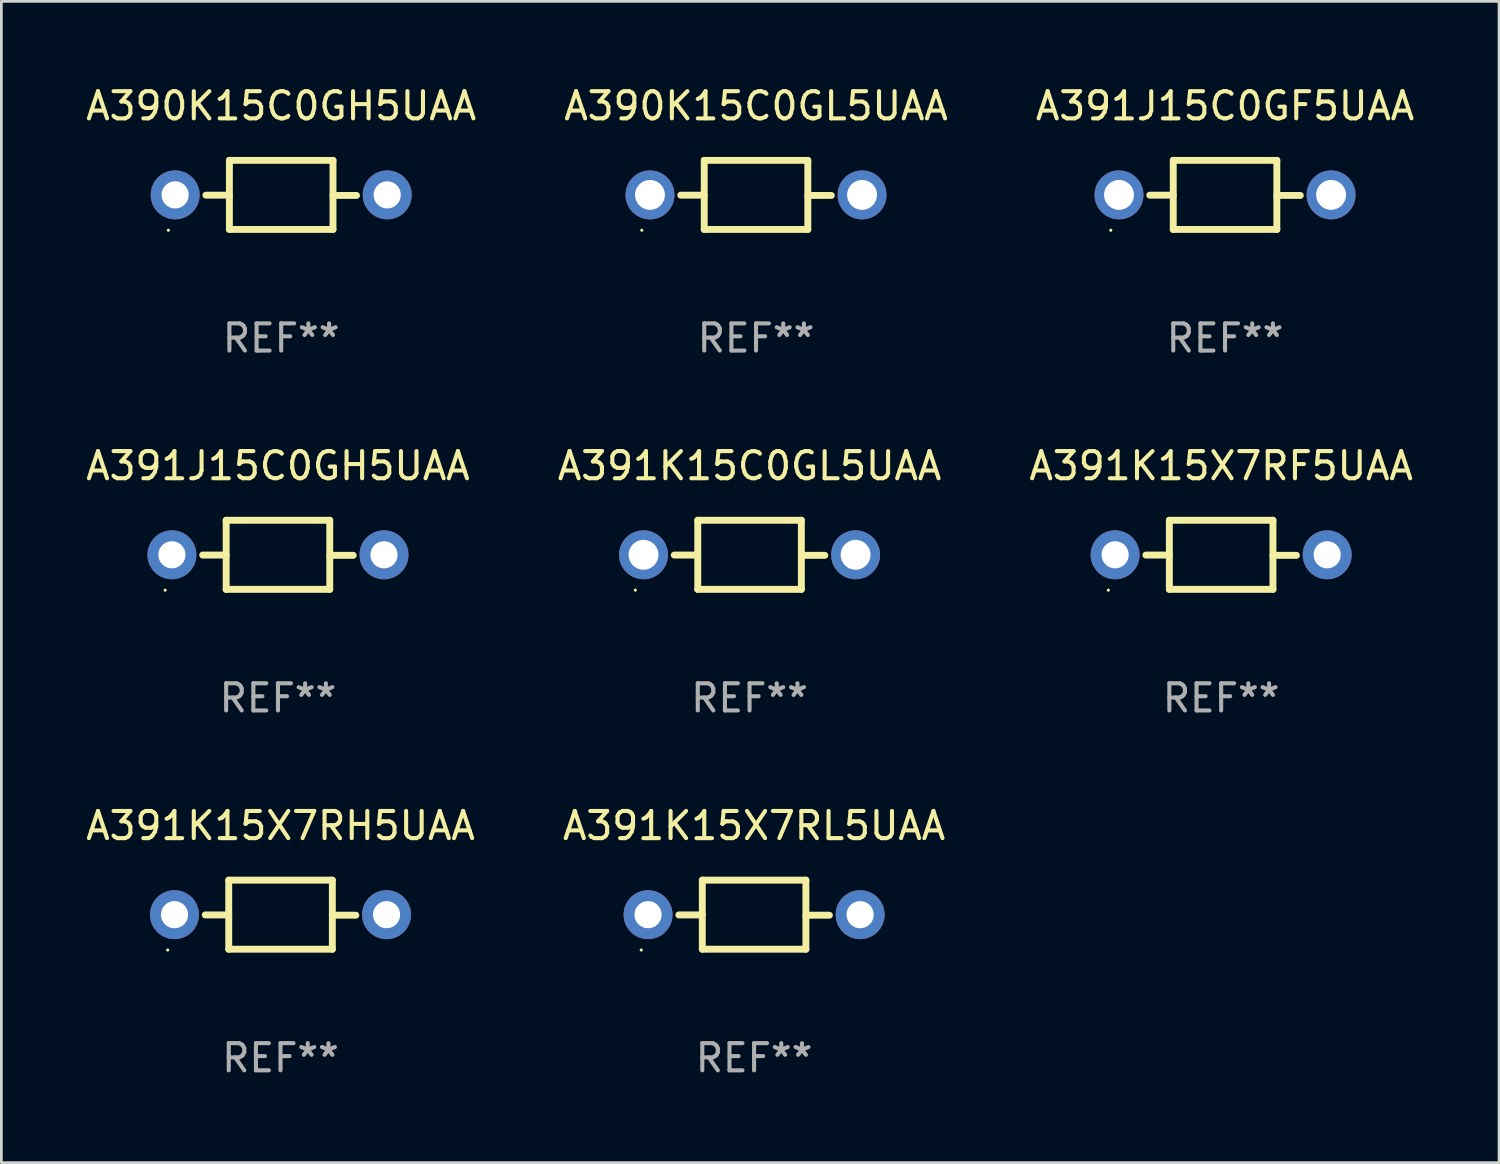
<source format=kicad_pcb>
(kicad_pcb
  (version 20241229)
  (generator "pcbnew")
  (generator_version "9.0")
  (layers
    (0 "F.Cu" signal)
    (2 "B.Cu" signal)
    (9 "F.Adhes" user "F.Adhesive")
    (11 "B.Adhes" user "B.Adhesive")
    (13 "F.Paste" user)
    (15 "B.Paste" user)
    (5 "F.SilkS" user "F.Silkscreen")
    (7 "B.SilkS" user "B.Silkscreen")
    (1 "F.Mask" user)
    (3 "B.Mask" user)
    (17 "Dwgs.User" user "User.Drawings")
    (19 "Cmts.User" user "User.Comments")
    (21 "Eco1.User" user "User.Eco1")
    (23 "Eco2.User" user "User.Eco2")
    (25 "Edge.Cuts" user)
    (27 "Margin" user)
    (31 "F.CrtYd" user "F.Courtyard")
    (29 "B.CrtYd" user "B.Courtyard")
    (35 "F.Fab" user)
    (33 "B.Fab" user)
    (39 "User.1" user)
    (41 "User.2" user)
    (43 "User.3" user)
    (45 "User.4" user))
  (footprint "A390K15C0GH5UAA"
    (layer "F.Cu")
    (at 7.292 4.118)
    (property "Reference" "A390K15C0GH5UAA" (at 0 -3.27 0) (layer "F.SilkS") (effects (font (size 1 1) (thickness 0.15))))
    (attr through_hole)
    (fp_line (start -1.905 -1.27) (end -1.905 1.27) (stroke (width 0.254) (type solid)) (layer "F.SilkS"))
    (fp_line (start -1.905 0.01) (end -2.769 0.01) (stroke (width 0.254) (type solid)) (layer "F.SilkS"))
    (fp_line (start -1.905 1.27) (end 1.905 1.27) (stroke (width 0.254) (type solid)) (layer "F.SilkS"))
    (fp_line (start 1.905 -1.27) (end -1.905 -1.27) (stroke (width 0.254) (type solid)) (layer "F.SilkS"))
    (fp_line (start 1.905 0.02) (end 2.769 0.02) (stroke (width 0.254) (type solid)) (layer "F.SilkS"))
    (fp_line (start 1.905 1.27) (end 1.905 -1.27) (stroke (width 0.254) (type solid)) (layer "F.SilkS"))
    (fp_circle (center -4.15 1.3) (end -4.12 1.3) (stroke (width 0.06) (type solid)) (fill no) (layer "F.SilkS"))
    (fp_text user "REF**" (at 0 5.27 0) (layer "F.Fab") (effects (font (size 1 1) (thickness 0.15))))
    (pad "1" thru_hole circle (at -3.9 0) (size 1.8 1.8) (drill 1) (layers "*.Cu" "*.Mask"))
    (pad "2" thru_hole circle (at 3.9 0) (size 1.8 1.8) (drill 1) (layers "*.Cu" "*.Mask")))
  (footprint "A391K15C0GL5UAA"
    (layer "F.Cu")
    (at 24.518 17.355)
    (property "Reference" "A391K15C0GL5UAA" (at 0 -3.27 0) (layer "F.SilkS") (effects (font (size 1 1) (thickness 0.15))))
    (attr through_hole)
    (fp_line (start -1.905 -1.27) (end -1.905 1.27) (stroke (width 0.254) (type solid)) (layer "F.SilkS"))
    (fp_line (start -1.905 0.01) (end -2.769 0.01) (stroke (width 0.254) (type solid)) (layer "F.SilkS"))
    (fp_line (start -1.905 1.27) (end 1.905 1.27) (stroke (width 0.254) (type solid)) (layer "F.SilkS"))
    (fp_line (start 1.905 -1.27) (end -1.905 -1.27) (stroke (width 0.254) (type solid)) (layer "F.SilkS"))
    (fp_line (start 1.905 0.02) (end 2.769 0.02) (stroke (width 0.254) (type solid)) (layer "F.SilkS"))
    (fp_line (start 1.905 1.27) (end 1.905 -1.27) (stroke (width 0.254) (type solid)) (layer "F.SilkS"))
    (fp_circle (center -4.201 1.3) (end -4.171 1.3) (stroke (width 0.06) (type solid)) (fill no) (layer "F.SilkS"))
    (fp_text user "REF**" (at 0 5.27 0) (layer "F.Fab") (effects (font (size 1 1) (thickness 0.15))))
    (pad "1" thru_hole circle (at -3.9 0) (size 1.8 1.8) (drill 1.1) (layers "*.Cu" "*.Mask"))
    (pad "2" thru_hole circle (at 3.9 0) (size 1.8 1.8) (drill 1.1) (layers "*.Cu" "*.Mask")))
  (footprint "A390K15C0GL5UAA"
    (layer "F.Cu")
    (at 24.756 4.118)
    (property "Reference" "A390K15C0GL5UAA" (at 0 -3.27 0) (layer "F.SilkS") (effects (font (size 1 1) (thickness 0.15))))
    (attr through_hole)
    (fp_line (start -1.905 -1.27) (end -1.905 1.27) (stroke (width 0.254) (type solid)) (layer "F.SilkS"))
    (fp_line (start -1.905 0.01) (end -2.769 0.01) (stroke (width 0.254) (type solid)) (layer "F.SilkS"))
    (fp_line (start -1.905 1.27) (end 1.905 1.27) (stroke (width 0.254) (type solid)) (layer "F.SilkS"))
    (fp_line (start 1.905 -1.27) (end -1.905 -1.27) (stroke (width 0.254) (type solid)) (layer "F.SilkS"))
    (fp_line (start 1.905 0.02) (end 2.769 0.02) (stroke (width 0.254) (type solid)) (layer "F.SilkS"))
    (fp_line (start 1.905 1.27) (end 1.905 -1.27) (stroke (width 0.254) (type solid)) (layer "F.SilkS"))
    (fp_circle (center -4.201 1.3) (end -4.171 1.3) (stroke (width 0.06) (type solid)) (fill no) (layer "F.SilkS"))
    (fp_text user "REF**" (at 0 5.27 0) (layer "F.Fab") (effects (font (size 1 1) (thickness 0.15))))
    (pad "1" thru_hole circle (at -3.9 0) (size 1.8 1.8) (drill 1.1) (layers "*.Cu" "*.Mask"))
    (pad "2" thru_hole circle (at 3.9 0) (size 1.8 1.8) (drill 1.1) (layers "*.Cu" "*.Mask")))
  (footprint "A391K15X7RF5UAA"
    (layer "F.Cu")
    (at 41.863 17.355)
    (property "Reference" "A391K15X7RF5UAA" (at 0 -3.27 0) (layer "F.SilkS") (effects (font (size 1 1) (thickness 0.15))))
    (attr through_hole)
    (fp_line (start -1.905 -1.27) (end -1.905 1.27) (stroke (width 0.254) (type solid)) (layer "F.SilkS"))
    (fp_line (start -1.905 0.01) (end -2.769 0.01) (stroke (width 0.254) (type solid)) (layer "F.SilkS"))
    (fp_line (start -1.905 1.27) (end 1.905 1.27) (stroke (width 0.254) (type solid)) (layer "F.SilkS"))
    (fp_line (start 1.905 -1.27) (end -1.905 -1.27) (stroke (width 0.254) (type solid)) (layer "F.SilkS"))
    (fp_line (start 1.905 0.02) (end 2.769 0.02) (stroke (width 0.254) (type solid)) (layer "F.SilkS"))
    (fp_line (start 1.905 1.27) (end 1.905 -1.27) (stroke (width 0.254) (type solid)) (layer "F.SilkS"))
    (fp_circle (center -4.15 1.3) (end -4.12 1.3) (stroke (width 0.06) (type solid)) (fill no) (layer "F.SilkS"))
    (fp_text user "REF**" (at 0 5.27 0) (layer "F.Fab") (effects (font (size 1 1) (thickness 0.15))))
    (pad "1" thru_hole circle (at -3.9 0) (size 1.8 1.8) (drill 1) (layers "*.Cu" "*.Mask"))
    (pad "2" thru_hole circle (at 3.9 0) (size 1.8 1.8) (drill 1) (layers "*.Cu" "*.Mask")))
  (footprint "A391J15C0GF5UAA"
    (layer "F.Cu")
    (at 42.006 4.118)
    (property "Reference" "A391J15C0GF5UAA" (at 0 -3.27 0) (layer "F.SilkS") (effects (font (size 1 1) (thickness 0.15))))
    (attr through_hole)
    (fp_line (start -1.905 -1.27) (end -1.905 1.27) (stroke (width 0.254) (type solid)) (layer "F.SilkS"))
    (fp_line (start -1.905 0.01) (end -2.769 0.01) (stroke (width 0.254) (type solid)) (layer "F.SilkS"))
    (fp_line (start -1.905 1.27) (end 1.905 1.27) (stroke (width 0.254) (type solid)) (layer "F.SilkS"))
    (fp_line (start 1.905 -1.27) (end -1.905 -1.27) (stroke (width 0.254) (type solid)) (layer "F.SilkS"))
    (fp_line (start 1.905 0.02) (end 2.769 0.02) (stroke (width 0.254) (type solid)) (layer "F.SilkS"))
    (fp_line (start 1.905 1.27) (end 1.905 -1.27) (stroke (width 0.254) (type solid)) (layer "F.SilkS"))
    (fp_circle (center -4.201 1.3) (end -4.171 1.3) (stroke (width 0.06) (type solid)) (fill no) (layer "F.SilkS"))
    (fp_text user "REF**" (at 0 5.27 0) (layer "F.Fab") (effects (font (size 1 1) (thickness 0.15))))
    (pad "1" thru_hole circle (at -3.9 0) (size 1.8 1.8) (drill 1.1) (layers "*.Cu" "*.Mask"))
    (pad "2" thru_hole circle (at 3.9 0) (size 1.8 1.8) (drill 1.1) (layers "*.Cu" "*.Mask")))
  (footprint "A391K15X7RL5UAA"
    (layer "F.Cu")
    (at 24.685 30.591)
    (property "Reference" "A391K15X7RL5UAA" (at 0 -3.27 0) (layer "F.SilkS") (effects (font (size 1 1) (thickness 0.15))))
    (attr through_hole)
    (fp_line (start -1.905 -1.27) (end -1.905 1.27) (stroke (width 0.254) (type solid)) (layer "F.SilkS"))
    (fp_line (start -1.905 0.01) (end -2.769 0.01) (stroke (width 0.254) (type solid)) (layer "F.SilkS"))
    (fp_line (start -1.905 1.27) (end 1.905 1.27) (stroke (width 0.254) (type solid)) (layer "F.SilkS"))
    (fp_line (start 1.905 -1.27) (end -1.905 -1.27) (stroke (width 0.254) (type solid)) (layer "F.SilkS"))
    (fp_line (start 1.905 0.02) (end 2.769 0.02) (stroke (width 0.254) (type solid)) (layer "F.SilkS"))
    (fp_line (start 1.905 1.27) (end 1.905 -1.27) (stroke (width 0.254) (type solid)) (layer "F.SilkS"))
    (fp_circle (center -4.15 1.3) (end -4.12 1.3) (stroke (width 0.06) (type solid)) (fill no) (layer "F.SilkS"))
    (fp_text user "REF**" (at 0 5.27 0) (layer "F.Fab") (effects (font (size 1 1) (thickness 0.15))))
    (pad "1" thru_hole circle (at -3.9 0) (size 1.8 1.8) (drill 1) (layers "*.Cu" "*.Mask"))
    (pad "2" thru_hole circle (at 3.9 0) (size 1.8 1.8) (drill 1) (layers "*.Cu" "*.Mask")))
  (footprint "A391K15X7RH5UAA"
    (layer "F.Cu")
    (at 7.268 30.591)
    (property "Reference" "A391K15X7RH5UAA" (at 0 -3.27 0) (layer "F.SilkS") (effects (font (size 1 1) (thickness 0.15))))
    (attr through_hole)
    (fp_line (start -1.905 -1.27) (end -1.905 1.27) (stroke (width 0.254) (type solid)) (layer "F.SilkS"))
    (fp_line (start -1.905 0.01) (end -2.769 0.01) (stroke (width 0.254) (type solid)) (layer "F.SilkS"))
    (fp_line (start -1.905 1.27) (end 1.905 1.27) (stroke (width 0.254) (type solid)) (layer "F.SilkS"))
    (fp_line (start 1.905 -1.27) (end -1.905 -1.27) (stroke (width 0.254) (type solid)) (layer "F.SilkS"))
    (fp_line (start 1.905 0.02) (end 2.769 0.02) (stroke (width 0.254) (type solid)) (layer "F.SilkS"))
    (fp_line (start 1.905 1.27) (end 1.905 -1.27) (stroke (width 0.254) (type solid)) (layer "F.SilkS"))
    (fp_circle (center -4.15 1.3) (end -4.12 1.3) (stroke (width 0.06) (type solid)) (fill no) (layer "F.SilkS"))
    (fp_text user "REF**" (at 0 5.27 0) (layer "F.Fab") (effects (font (size 1 1) (thickness 0.15))))
    (pad "1" thru_hole circle (at -3.9 0) (size 1.8 1.8) (drill 1) (layers "*.Cu" "*.Mask"))
    (pad "2" thru_hole circle (at 3.9 0) (size 1.8 1.8) (drill 1) (layers "*.Cu" "*.Mask")))
  (footprint "A391J15C0GH5UAA"
    (layer "F.Cu")
    (at 7.173 17.355)
    (property "Reference" "A391J15C0GH5UAA" (at 0 -3.27 0) (layer "F.SilkS") (effects (font (size 1 1) (thickness 0.15))))
    (attr through_hole)
    (fp_line (start -1.905 -1.27) (end -1.905 1.27) (stroke (width 0.254) (type solid)) (layer "F.SilkS"))
    (fp_line (start -1.905 0.01) (end -2.769 0.01) (stroke (width 0.254) (type solid)) (layer "F.SilkS"))
    (fp_line (start -1.905 1.27) (end 1.905 1.27) (stroke (width 0.254) (type solid)) (layer "F.SilkS"))
    (fp_line (start 1.905 -1.27) (end -1.905 -1.27) (stroke (width 0.254) (type solid)) (layer "F.SilkS"))
    (fp_line (start 1.905 0.02) (end 2.769 0.02) (stroke (width 0.254) (type solid)) (layer "F.SilkS"))
    (fp_line (start 1.905 1.27) (end 1.905 -1.27) (stroke (width 0.254) (type solid)) (layer "F.SilkS"))
    (fp_circle (center -4.15 1.3) (end -4.12 1.3) (stroke (width 0.06) (type solid)) (fill no) (layer "F.SilkS"))
    (fp_text user "REF**" (at 0 5.27 0) (layer "F.Fab") (effects (font (size 1 1) (thickness 0.15))))
    (pad "1" thru_hole circle (at -3.9 0) (size 1.8 1.8) (drill 1) (layers "*.Cu" "*.Mask"))
    (pad "2" thru_hole circle (at 3.9 0) (size 1.8 1.8) (drill 1) (layers "*.Cu" "*.Mask")))
  (gr_rect
    (start -3 -3)
    (end 52.083 39.71)
    (stroke (width 0.1) (type default))
    (fill no)
    (layer "Edge.Cuts")))
</source>
